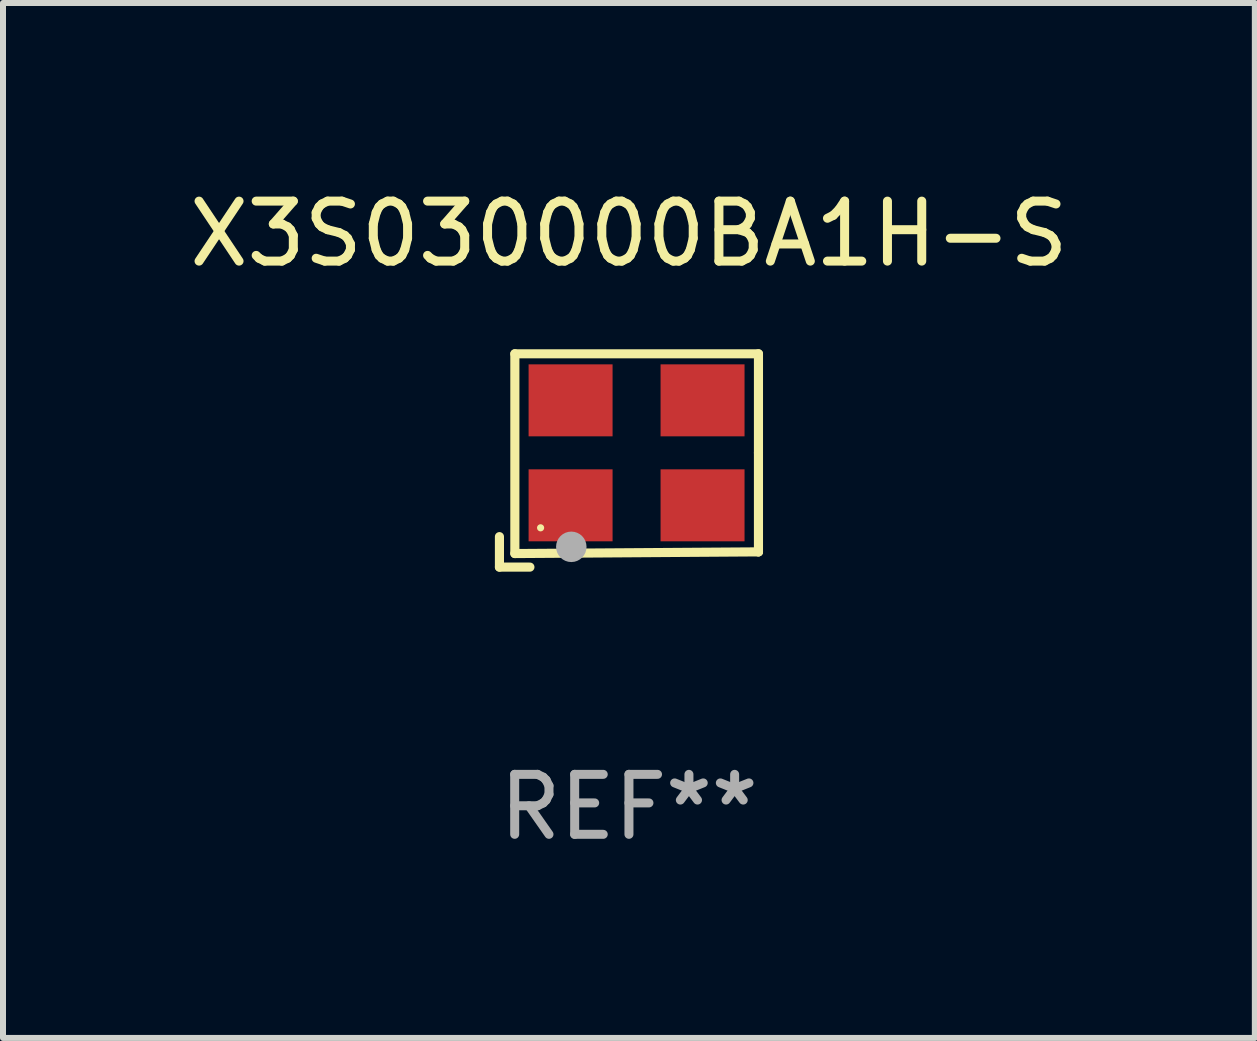
<source format=kicad_pcb>
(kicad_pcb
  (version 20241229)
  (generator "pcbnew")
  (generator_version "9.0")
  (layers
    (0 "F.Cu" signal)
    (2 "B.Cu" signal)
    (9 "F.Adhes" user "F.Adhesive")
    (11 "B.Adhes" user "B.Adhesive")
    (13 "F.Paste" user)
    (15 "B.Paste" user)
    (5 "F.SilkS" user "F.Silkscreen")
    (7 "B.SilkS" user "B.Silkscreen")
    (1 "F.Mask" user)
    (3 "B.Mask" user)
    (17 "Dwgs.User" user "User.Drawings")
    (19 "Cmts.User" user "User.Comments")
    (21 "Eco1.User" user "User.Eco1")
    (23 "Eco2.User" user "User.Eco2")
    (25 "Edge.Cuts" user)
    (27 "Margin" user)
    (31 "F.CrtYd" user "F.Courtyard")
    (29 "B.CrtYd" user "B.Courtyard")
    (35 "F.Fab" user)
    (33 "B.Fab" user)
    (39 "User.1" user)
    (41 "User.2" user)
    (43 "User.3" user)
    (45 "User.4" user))
  (footprint "X3S030000BA1H-S"
    (layer "F.Cu")
    (at 7.435 4.626)
    (property "Reference" "X3S030000BA1H-S" (at 0 -3.778 0) (layer "F.SilkS") (effects (font (size 1 1) (thickness 0.15))))
    (attr through_hole)
    (fp_line (start -2.159 1.27) (end -2.159 1.778) (stroke (width 0.152) (type solid)) (layer "F.SilkS"))
    (fp_line (start -2.159 1.778) (end -1.651 1.778) (stroke (width 0.152) (type solid)) (layer "F.SilkS"))
    (fp_line (start -1.902 -1.778) (end 2.159 -1.778) (stroke (width 0.152) (type solid)) (layer "F.SilkS"))
    (fp_line (start -1.902 1.552) (end -1.902 -1.778) (stroke (width 0.152) (type solid)) (layer "F.SilkS"))
    (fp_line (start 2.159 -1.778) (end 2.159 -0.127) (stroke (width 0.152) (type solid)) (layer "F.SilkS"))
    (fp_line (start 2.159 -0.127) (end 2.159 1.524) (stroke (width 0.152) (type solid)) (layer "F.SilkS"))
    (fp_line (start 2.159 1.524) (end -1.902 1.552) (stroke (width 0.152) (type solid)) (layer "F.SilkS"))
    (fp_line (start 2.159 1.524) (end 2.159 1.524) (stroke (width 0.152) (type solid)) (layer "F.SilkS"))
    (fp_circle (center -1.473 1.123) (end -1.443 1.123) (stroke (width 0.06) (type solid)) (fill no) (layer "F.SilkS"))
    (fp_circle (center -0.961 1.44) (end -0.834 1.44) (stroke (width 0.254) (type solid)) (fill no) (layer "F.Fab"))
    (fp_text user "REF**" (at 0 5.778 0) (layer "F.Fab") (effects (font (size 1 1) (thickness 0.15))))
    (pad "1" smd rect (at -0.973 0.748) (size 1.4 1.2) (layers "F.Cu" "F.Mask" "F.Paste"))
    (pad "2" smd rect (at 1.227 0.748) (size 1.4 1.2) (layers "F.Cu" "F.Mask" "F.Paste"))
    (pad "3" smd rect (at 1.227 -1.002) (size 1.4 1.2) (layers "F.Cu" "F.Mask" "F.Paste"))
    (pad "4" smd rect (at -0.973 -1.002) (size 1.4 1.2) (layers "F.Cu" "F.Mask" "F.Paste")))
  (gr_rect
    (start -3 -3)
    (end 17.869 14.253)
    (stroke (width 0.1) (type default))
    (fill no)
    (layer "Edge.Cuts")))
</source>
